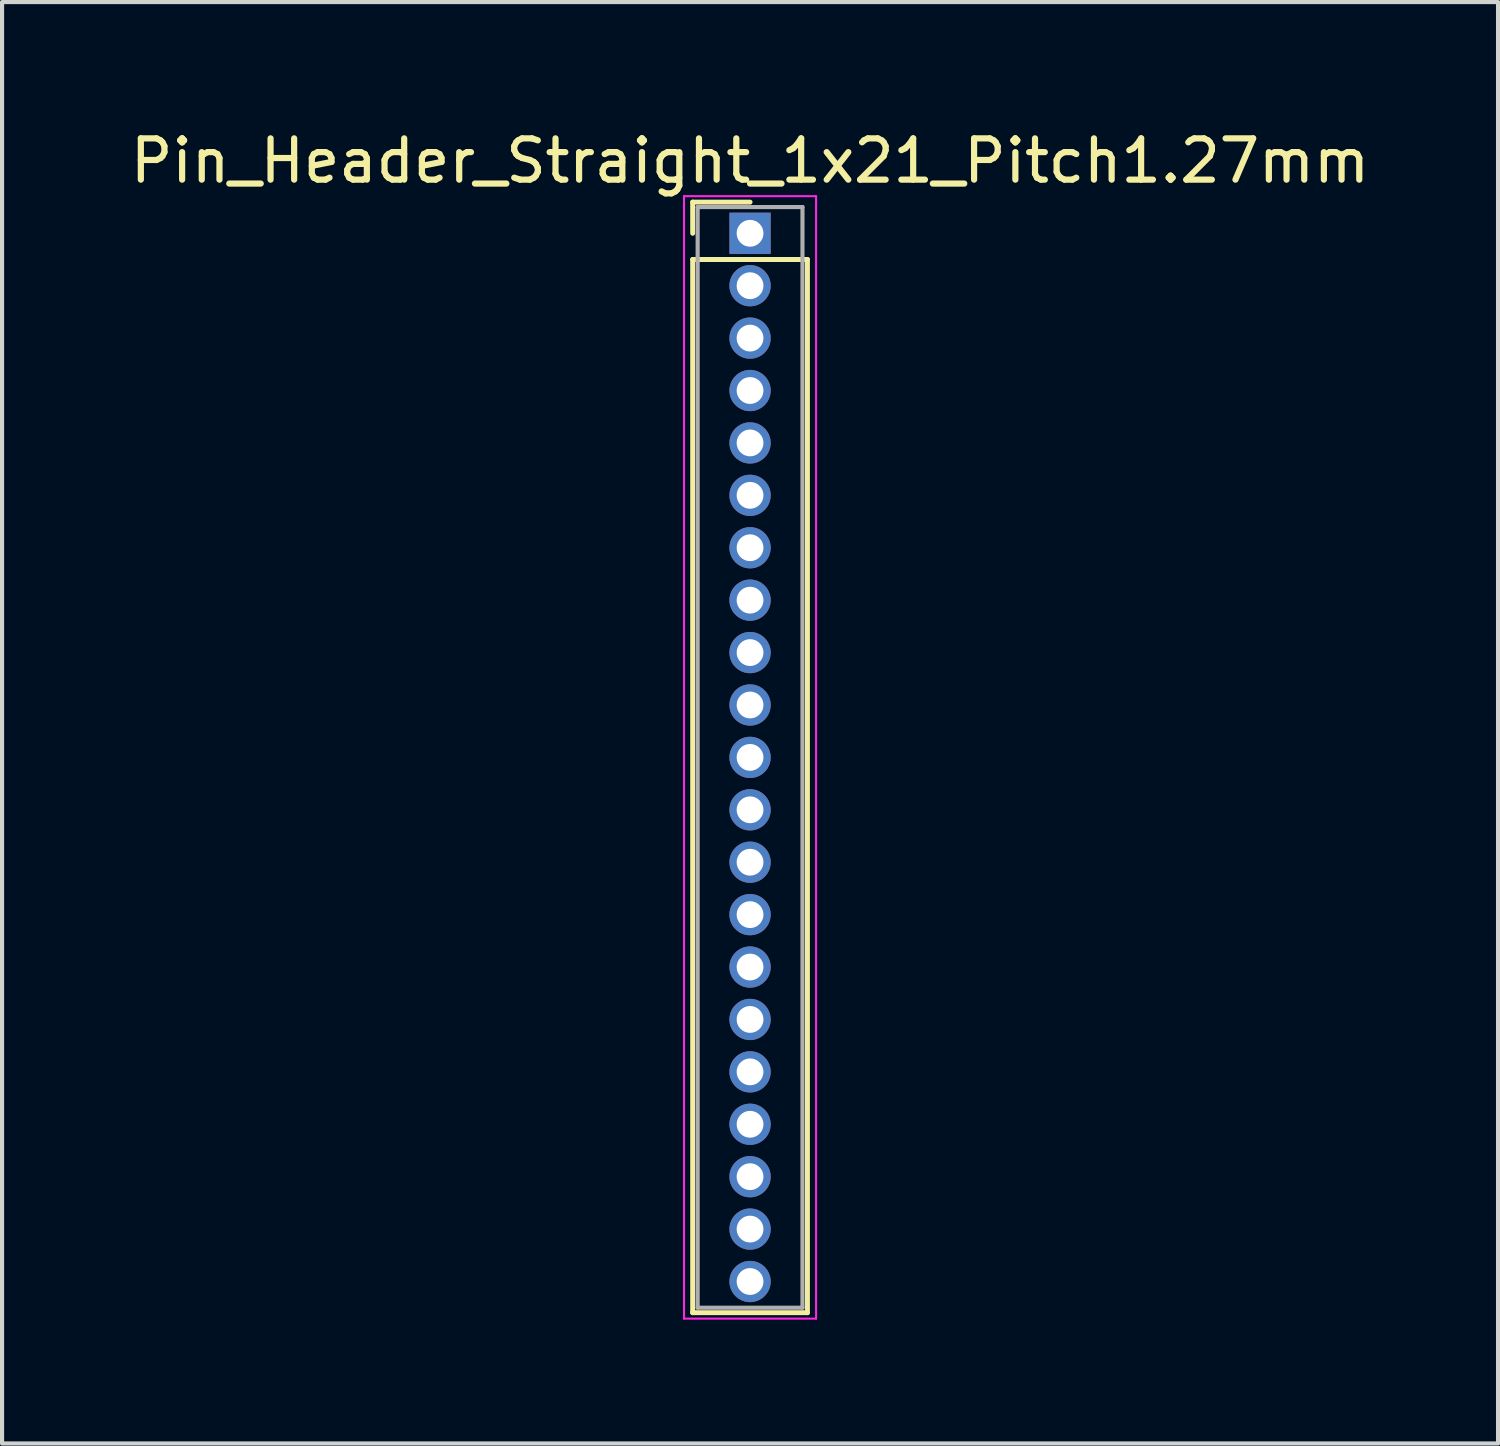
<source format=kicad_pcb>
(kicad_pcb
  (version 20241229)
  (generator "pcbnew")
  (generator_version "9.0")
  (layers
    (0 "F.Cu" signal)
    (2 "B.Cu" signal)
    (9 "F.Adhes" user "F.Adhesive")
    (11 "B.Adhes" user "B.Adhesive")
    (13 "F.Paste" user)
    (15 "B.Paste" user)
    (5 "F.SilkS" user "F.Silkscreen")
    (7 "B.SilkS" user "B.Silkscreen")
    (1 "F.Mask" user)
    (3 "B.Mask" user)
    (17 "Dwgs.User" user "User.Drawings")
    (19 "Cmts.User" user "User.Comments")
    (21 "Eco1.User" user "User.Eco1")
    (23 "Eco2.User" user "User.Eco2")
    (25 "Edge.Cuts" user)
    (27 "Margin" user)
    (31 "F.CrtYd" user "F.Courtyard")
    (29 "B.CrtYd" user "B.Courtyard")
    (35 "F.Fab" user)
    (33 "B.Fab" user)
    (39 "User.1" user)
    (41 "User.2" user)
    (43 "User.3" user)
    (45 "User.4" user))
  (footprint "Pin_Header_Straight_1x21_Pitch1.27mm"
    (layer "F.Cu")
    (at 15.125 2.603)
    (property "Reference" "Pin_Header_Straight_1x21_Pitch1.27mm" (at 0 -1.755 0) (layer "F.SilkS") (effects (font (size 1 1) (thickness 0.15))))
    (attr through_hole)
    (fp_line (start -1.39 -0.755) (end 0 -0.755) (stroke (width 0.12) (type solid)) (layer "F.SilkS"))
    (fp_line (start -1.39 0) (end -1.39 -0.755) (stroke (width 0.12) (type solid)) (layer "F.SilkS"))
    (fp_line (start -1.39 0.635) (end -1.39 26.155) (stroke (width 0.12) (type solid)) (layer "F.SilkS"))
    (fp_line (start -1.39 26.155) (end 1.39 26.155) (stroke (width 0.12) (type solid)) (layer "F.SilkS"))
    (fp_line (start 1.39 0.635) (end -1.39 0.635) (stroke (width 0.12) (type solid)) (layer "F.SilkS"))
    (fp_line (start 1.39 26.155) (end 1.39 0.635) (stroke (width 0.12) (type solid)) (layer "F.SilkS"))
    (fp_line (start -1.6 -0.9) (end -1.6 26.3) (stroke (width 0.05) (type solid)) (layer "F.CrtYd"))
    (fp_line (start -1.6 26.3) (end 1.6 26.3) (stroke (width 0.05) (type solid)) (layer "F.CrtYd"))
    (fp_line (start 1.6 -0.9) (end -1.6 -0.9) (stroke (width 0.05) (type solid)) (layer "F.CrtYd"))
    (fp_line (start 1.6 26.3) (end 1.6 -0.9) (stroke (width 0.05) (type solid)) (layer "F.CrtYd"))
    (fp_line (start -1.27 -0.635) (end -1.27 26.035) (stroke (width 0.1) (type solid)) (layer "F.Fab"))
    (fp_line (start -1.27 26.035) (end 1.27 26.035) (stroke (width 0.1) (type solid)) (layer "F.Fab"))
    (fp_line (start 1.27 -0.635) (end -1.27 -0.635) (stroke (width 0.1) (type solid)) (layer "F.Fab"))
    (fp_line (start 1.27 26.035) (end 1.27 -0.635) (stroke (width 0.1) (type solid)) (layer "F.Fab"))
    (pad "1" thru_hole rect (at 0 0) (size 1 1) (drill 0.65) (layers "*.Cu" "*.Mask"))
    (pad "2" thru_hole oval (at 0 1.27) (size 1 1) (drill 0.65) (layers "*.Cu" "*.Mask"))
    (pad "3" thru_hole oval (at 0 2.54) (size 1 1) (drill 0.65) (layers "*.Cu" "*.Mask"))
    (pad "4" thru_hole oval (at 0 3.81) (size 1 1) (drill 0.65) (layers "*.Cu" "*.Mask"))
    (pad "5" thru_hole oval (at 0 5.08) (size 1 1) (drill 0.65) (layers "*.Cu" "*.Mask"))
    (pad "6" thru_hole oval (at 0 6.35) (size 1 1) (drill 0.65) (layers "*.Cu" "*.Mask"))
    (pad "7" thru_hole oval (at 0 7.62) (size 1 1) (drill 0.65) (layers "*.Cu" "*.Mask"))
    (pad "8" thru_hole oval (at 0 8.89) (size 1 1) (drill 0.65) (layers "*.Cu" "*.Mask"))
    (pad "9" thru_hole oval (at 0 10.16) (size 1 1) (drill 0.65) (layers "*.Cu" "*.Mask"))
    (pad "10" thru_hole oval (at 0 11.43) (size 1 1) (drill 0.65) (layers "*.Cu" "*.Mask"))
    (pad "11" thru_hole oval (at 0 12.7) (size 1 1) (drill 0.65) (layers "*.Cu" "*.Mask"))
    (pad "12" thru_hole oval (at 0 13.97) (size 1 1) (drill 0.65) (layers "*.Cu" "*.Mask"))
    (pad "13" thru_hole oval (at 0 15.24) (size 1 1) (drill 0.65) (layers "*.Cu" "*.Mask"))
    (pad "14" thru_hole oval (at 0 16.51) (size 1 1) (drill 0.65) (layers "*.Cu" "*.Mask"))
    (pad "15" thru_hole oval (at 0 17.78) (size 1 1) (drill 0.65) (layers "*.Cu" "*.Mask"))
    (pad "16" thru_hole oval (at 0 19.05) (size 1 1) (drill 0.65) (layers "*.Cu" "*.Mask"))
    (pad "17" thru_hole oval (at 0 20.32) (size 1 1) (drill 0.65) (layers "*.Cu" "*.Mask"))
    (pad "18" thru_hole oval (at 0 21.59) (size 1 1) (drill 0.65) (layers "*.Cu" "*.Mask"))
    (pad "19" thru_hole oval (at 0 22.86) (size 1 1) (drill 0.65) (layers "*.Cu" "*.Mask"))
    (pad "20" thru_hole oval (at 0 24.13) (size 1 1) (drill 0.65) (layers "*.Cu" "*.Mask"))
    (pad "21" thru_hole oval (at 0 25.4) (size 1 1) (drill 0.65) (layers "*.Cu" "*.Mask")))
  (gr_rect
    (start -3 -3)
    (end 33.25 31.928)
    (stroke (width 0.1) (type default))
    (fill no)
    (layer "Edge.Cuts")))
</source>
